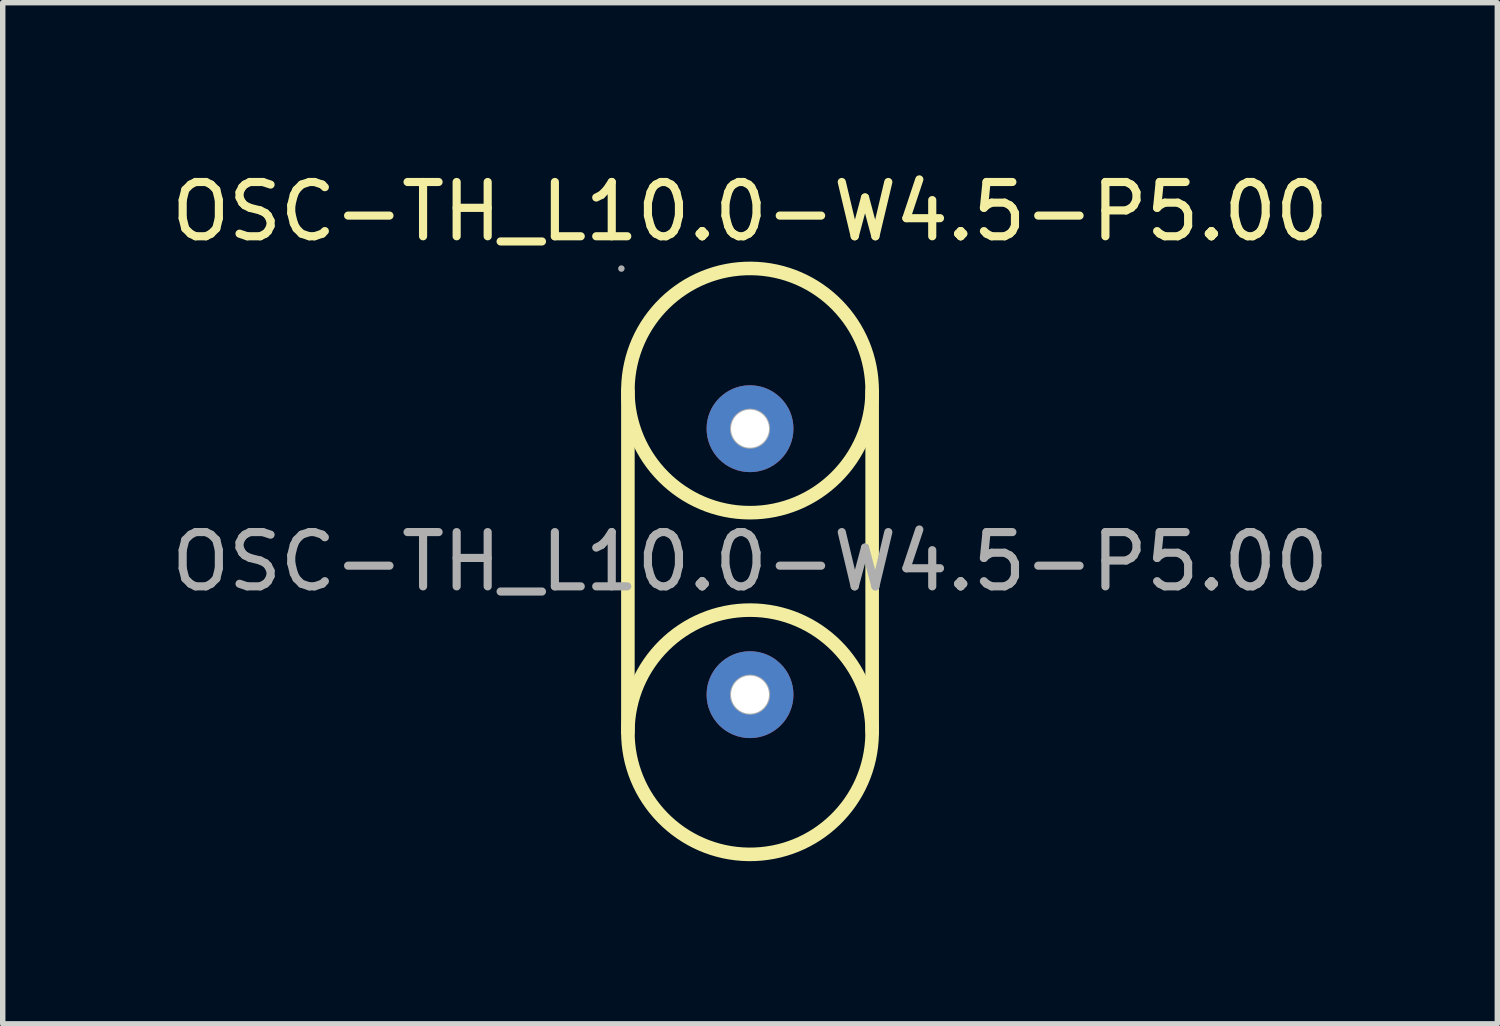
<source format=kicad_pcb>
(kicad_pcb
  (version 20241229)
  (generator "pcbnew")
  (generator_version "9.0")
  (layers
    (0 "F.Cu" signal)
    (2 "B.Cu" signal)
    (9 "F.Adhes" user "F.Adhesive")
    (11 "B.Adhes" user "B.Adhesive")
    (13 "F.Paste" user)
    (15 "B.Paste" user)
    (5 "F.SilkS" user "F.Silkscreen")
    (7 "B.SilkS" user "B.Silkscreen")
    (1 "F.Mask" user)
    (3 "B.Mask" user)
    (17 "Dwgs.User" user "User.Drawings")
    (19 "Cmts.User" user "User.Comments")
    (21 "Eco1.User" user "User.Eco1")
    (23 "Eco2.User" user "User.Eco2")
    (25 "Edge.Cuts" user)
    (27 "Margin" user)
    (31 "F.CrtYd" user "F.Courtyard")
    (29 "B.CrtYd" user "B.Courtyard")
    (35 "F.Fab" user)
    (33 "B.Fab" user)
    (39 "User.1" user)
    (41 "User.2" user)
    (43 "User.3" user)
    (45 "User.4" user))
  (footprint "OSC-TH_L10.0-W4.5-P5.00"
    (layer "F.Cu")
    (at 10.768 7.298)
    (property "Reference" "OSC-TH_L10.0-W4.5-P5.00" (at 0 -6.45 0) (layer "F.SilkS") (effects (font (size 1 1) (thickness 0.15))))
    (attr through_hole)
    (fp_line (start -2.25 3.14) (end -2.25 -3.15) (stroke (width 0.25) (type solid)) (layer "F.SilkS"))
    (fp_line (start 2.25 3.14) (end 2.25 -3.15) (stroke (width 0.25) (type solid)) (layer "F.SilkS"))
    (fp_arc (start -2.249657 -3.189268) (mid 2.249914 -3.130365) (end -2.25 -3.15) (stroke (width 0.25) (type solid)) (layer "F.SilkS"))
    (fp_arc (start 2.249657 3.179268) (mid -2.249914 3.120365) (end 2.25 3.14) (stroke (width 0.25) (type solid)) (layer "F.SilkS"))
    (fp_circle (center -2.37 -5.4) (end -2.34 -5.4) (stroke (width 0.06) (type solid)) (fill no) (layer "F.Fab"))
    (fp_circle (center 0 -2.45) (end 0.12 -2.45) (stroke (width 0.25) (type solid)) (fill no) (layer "F.Fab"))
    (fp_circle (center 0 2.45) (end 0.12 2.45) (stroke (width 0.25) (type solid)) (fill no) (layer "F.Fab"))
    (fp_text user "${REFERENCE}" (at 0 0 0) (layer "F.Fab") (effects (font (size 1 1) (thickness 0.15))))
    (pad "1" thru_hole circle (at 0 -2.45 270) (size 1.6 1.6) (drill 0.7) (layers "*.Cu" "*.Mask"))
    (pad "2" thru_hole circle (at 0 2.45 270) (size 1.6 1.6) (drill 0.7) (layers "*.Cu" "*.Mask")))
  (gr_rect
    (start -3 -3)
    (end 24.536 15.813)
    (stroke (width 0.1) (type default))
    (fill no)
    (layer "Edge.Cuts")))
</source>
